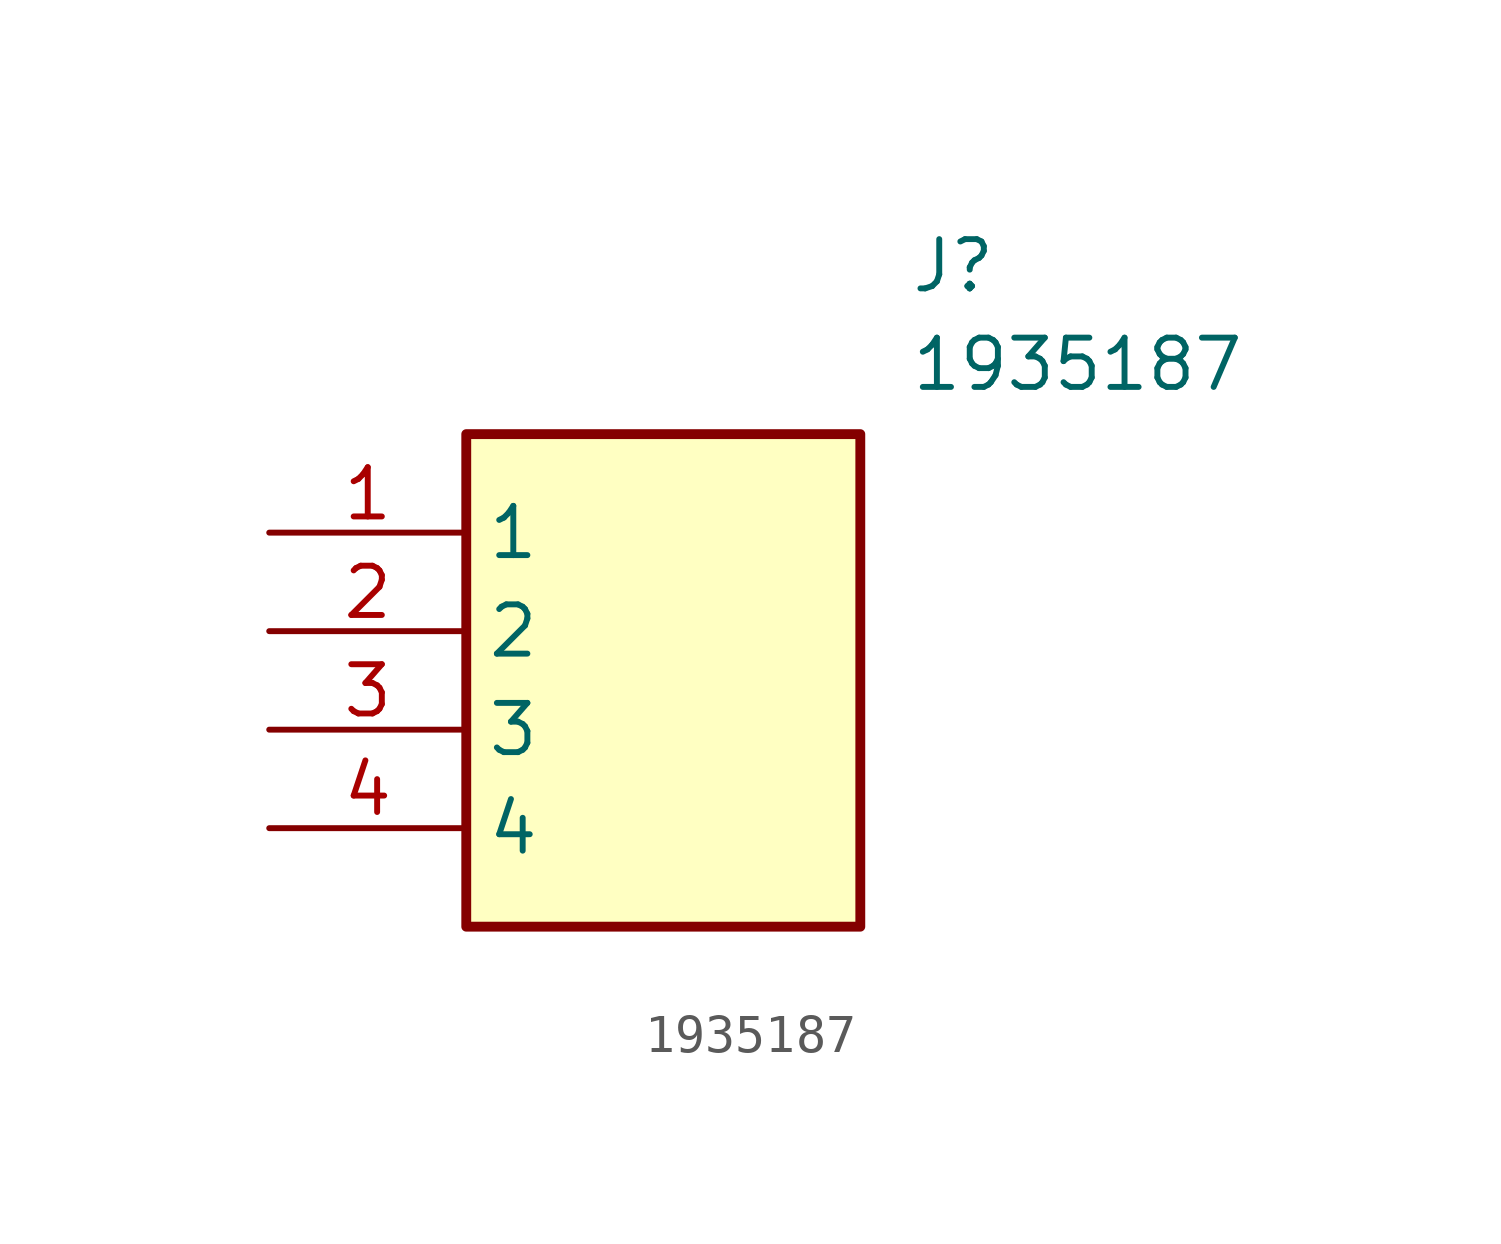
<source format=kicad_sym>
(kicad_symbol_lib
  (version 20211014)
  (generator SamacSys_ECAD_Model)
  (symbol "1935187"
    (property "Reference" "J"
      (at 16.51 7.62 0)
      (effects (font (size 1.27 1.27)) (justify left top)))
    (property "Value" "1935187"
      (at 16.51 5.08 0)
      (effects (font (size 1.27 1.27)) (justify left top)))
    (rectangle
      (start 5.08 2.54)
      (end 15.24 -10.16)
      (stroke (width 0.254) (type default))
      (fill (type background)))
    (pin passive line
      (at 0 0 0)
      (length 5.08)
      (name "1" (effects (font (size 1.27 1.27))))
      (number "1" (effects (font (size 1.27 1.27)))))
    (pin passive line
      (at 0 -2.54 0)
      (length 5.08)
      (name "2" (effects (font (size 1.27 1.27))))
      (number "2" (effects (font (size 1.27 1.27)))))
    (pin passive line
      (at 0 -5.08 0)
      (length 5.08)
      (name "3" (effects (font (size 1.27 1.27))))
      (number "3" (effects (font (size 1.27 1.27)))))
    (pin passive line
      (at 0 -7.62 0)
      (length 5.08)
      (name "4" (effects (font (size 1.27 1.27))))
      (number "4" (effects (font (size 1.27 1.27)))))))
</source>
